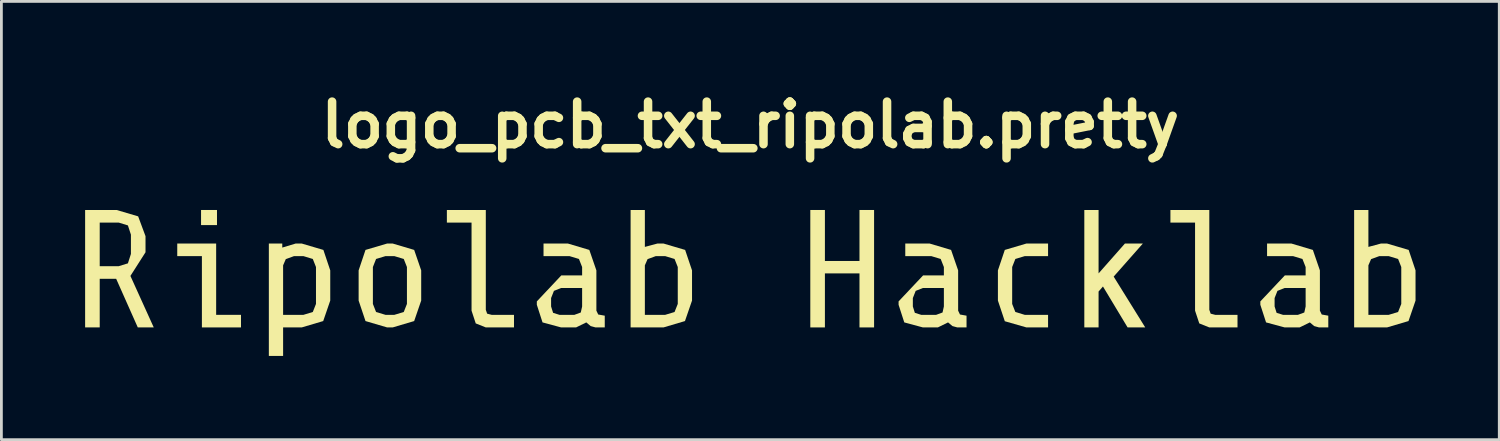
<source format=kicad_pcb>
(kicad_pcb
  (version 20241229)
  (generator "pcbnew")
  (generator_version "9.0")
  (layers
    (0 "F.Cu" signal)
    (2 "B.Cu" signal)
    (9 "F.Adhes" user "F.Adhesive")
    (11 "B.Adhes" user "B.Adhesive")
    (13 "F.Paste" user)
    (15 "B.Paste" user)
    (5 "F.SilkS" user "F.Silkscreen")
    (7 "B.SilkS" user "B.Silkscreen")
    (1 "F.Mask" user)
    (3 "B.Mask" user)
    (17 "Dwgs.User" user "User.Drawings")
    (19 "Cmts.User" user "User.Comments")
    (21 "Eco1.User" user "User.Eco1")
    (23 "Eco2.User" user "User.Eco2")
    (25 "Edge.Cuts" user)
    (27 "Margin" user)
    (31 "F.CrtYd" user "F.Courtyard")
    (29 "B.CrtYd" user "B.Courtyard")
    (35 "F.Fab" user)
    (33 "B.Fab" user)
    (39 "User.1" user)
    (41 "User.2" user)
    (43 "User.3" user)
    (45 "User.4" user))
  (footprint "logo_pcb_txt_ripolab.pretty"
    (layer "F.Cu")
    (at 23.835 7.089)
    (property "Reference" "logo_pcb_txt_ripolab.pretty" (at 0 -5.663 0) (layer "F.SilkS") (effects (font (size 1.524 1.524) (thickness 0.305))))
    (attr smd)
    (fp_poly (pts (xy -9.478 1.593) (xy -9.839 1.449) (xy -9.989 0.992) (xy -9.989 -2.164) (xy -10.873 -2.164) (xy -10.873 -2.615) (xy -9.478 -2.615) (xy -9.478 0.962) (xy -9.43 1.1) (xy -9.268 1.142) (xy -8.468 1.142) (xy -8.468 1.593) (xy -9.478 1.593)) (stroke (width 0) (type solid)) (fill yes) (layer "F.SilkS"))
    (fp_poly (pts (xy 2.672 -0.343) (xy 2.672 1.593) (xy 2.149 1.593) (xy 2.149 -2.615) (xy 2.672 -2.615) (xy 2.672 -0.788) (xy 3.911 -0.788) (xy 3.911 -2.615) (xy 4.434 -2.615) (xy 4.434 1.593) (xy 3.911 1.593) (xy 3.911 -0.343) (xy 2.672 -0.343)) (stroke (width 0) (type solid)) (fill yes) (layer "F.SilkS"))
    (fp_poly (pts (xy 12.478 0.307) (xy 12.478 1.593) (xy 11.967 1.593) (xy 11.967 -2.615) (xy 12.478 -2.615) (xy 12.478 -0.343) (xy 13.422 -1.413) (xy 14.065 -1.413) (xy 13.019 -0.228) (xy 14.15 1.593) (xy 13.518 1.593) (xy 12.635 0.126) (xy 12.478 0.307)) (stroke (width 0) (type solid)) (fill yes) (layer "F.SilkS"))
    (fp_poly (pts (xy 16.446 1.593) (xy 16.086 1.449) (xy 15.935 0.992) (xy 15.935 -2.164) (xy 15.052 -2.164) (xy 15.052 -2.615) (xy 16.446 -2.615) (xy 16.446 0.962) (xy 16.494 1.1) (xy 16.657 1.142) (xy 17.456 1.142) (xy 17.456 1.593) (xy 16.446 1.593)) (stroke (width 0) (type solid)) (fill yes) (layer "F.SilkS"))
    (fp_poly (pts (xy -19.11 -2.615) (xy -18.25 1.142) (xy -18.25 1.593) (xy -19.651 1.593) (xy -19.651 -0.962) (xy -20.534 -0.962) (xy -20.534 -1.413) (xy -19.14 -1.413) (xy -19.14 1.142) (xy -18.25 1.142) (xy -19.11 -2.615) (xy -19.11 -2.074) (xy -19.681 -2.074) (xy -19.681 -2.615) (xy -19.11 -2.615)) (stroke (width 0) (type solid)) (fill yes) (layer "F.SilkS"))
    (fp_poly (pts (xy 9.893 1.593) (xy 9.118 1.371) (xy 8.871 0.631) (xy 8.871 -0.451) (xy 9.118 -1.184) (xy 9.893 -1.413) (xy 10.668 -1.413) (xy 10.668 -0.962) (xy 9.833 -0.962) (xy 9.496 -0.86) (xy 9.382 -0.571) (xy 9.382 0.751) (xy 9.496 1.04) (xy 9.833 1.142) (xy 10.668 1.142) (xy 10.668 1.593) (xy 9.893 1.593)) (stroke (width 0) (type solid)) (fill yes) (layer "F.SilkS"))
    (fp_poly (pts (xy -23.312 -0.15) (xy -23.312 -0.601) (xy -22.633 -0.601) (xy -22.302 -0.703) (xy -22.194 -1.04) (xy -22.194 -1.731) (xy -22.302 -2.062) (xy -22.633 -2.164) (xy -23.312 -2.164) (xy -23.312 -0.601) (xy -23.312 -0.15) (xy -23.312 1.593) (xy -23.835 1.593) (xy -23.835 -2.615) (xy -22.705 -2.615) (xy -21.935 -2.387) (xy -21.671 -1.677) (xy -21.671 -1.1) (xy -22.212 -0.252) (xy -21.376 1.593) (xy -21.948 1.593) (xy -22.723 -0.15) (xy -23.312 -0.15)) (stroke (width 0) (type solid)) (fill yes) (layer "F.SilkS"))
    (fp_poly (pts (xy -2.089 0.631) (xy -2.715 1.04) (xy -2.6 0.751) (xy -2.6 -0.571) (xy -2.715 -0.86) (xy -3.051 -0.962) (xy -3.388 -0.962) (xy -3.682 -0.854) (xy -3.779 -0.631) (xy -3.779 1.142) (xy -3.051 1.142) (xy -2.715 1.04) (xy -2.089 0.631) (xy -2.342 1.365) (xy -3.111 1.593) (xy -4.29 1.593) (xy -4.29 -2.615) (xy -3.779 -2.615) (xy -3.779 -1.292) (xy -3.328 -1.413) (xy -3.111 -1.413) (xy -2.336 -1.184) (xy -2.089 -0.451) (xy -2.089 0.631)) (stroke (width 0) (type solid)) (fill yes) (layer "F.SilkS"))
    (fp_poly (pts (xy 23.835 0.631) (xy 23.21 1.04) (xy 23.324 0.751) (xy 23.324 -0.571) (xy 23.21 -0.86) (xy 22.873 -0.962) (xy 22.537 -0.962) (xy 22.242 -0.854) (xy 22.146 -0.631) (xy 22.146 1.142) (xy 22.873 1.142) (xy 23.21 1.04) (xy 23.835 0.631) (xy 23.583 1.365) (xy 22.813 1.593) (xy 21.635 1.593) (xy 21.635 -2.615) (xy 22.146 -2.615) (xy 22.146 -1.292) (xy 22.597 -1.413) (xy 22.813 -1.413) (xy 23.589 -1.184) (xy 23.835 -0.451) (xy 23.835 0.631)) (stroke (width 0) (type solid)) (fill yes) (layer "F.SilkS"))
    (fp_poly (pts (xy -16.771 -1.413) (xy -16.771 -1.268) (xy -16.35 -0.962) (xy -16.645 -0.854) (xy -16.741 -0.631) (xy -16.741 1.142) (xy -16.013 1.142) (xy -15.677 1.04) (xy -15.563 0.751) (xy -15.563 -0.571) (xy -15.677 -0.86) (xy -16.013 -0.962) (xy -16.35 -0.962) (xy -16.771 -1.268) (xy -16.29 -1.413) (xy -16.074 -1.413) (xy -15.298 -1.184) (xy -15.052 -0.451) (xy -15.052 0.631) (xy -15.304 1.365) (xy -16.074 1.593) (xy -16.741 1.593) (xy -16.741 2.615) (xy -17.252 2.615) (xy -17.252 -1.413) (xy -16.771 -1.413)) (stroke (width 0) (type solid)) (fill yes) (layer "F.SilkS"))
    (fp_poly (pts (xy -11.793 0.631) (xy -12.304 -0.571) (xy -12.418 -0.86) (xy -12.755 -0.962) (xy -13.073 -0.962) (xy -13.41 -0.86) (xy -13.524 -0.571) (xy -13.524 0.751) (xy -13.41 1.04) (xy -13.073 1.142) (xy -12.755 1.142) (xy -12.418 1.04) (xy -12.304 0.751) (xy -12.304 -0.571) (xy -11.793 0.631) (xy -12.045 1.365) (xy -12.815 1.593) (xy -13.013 1.593) (xy -13.789 1.365) (xy -14.035 0.631) (xy -14.035 -0.451) (xy -13.789 -1.184) (xy -13.013 -1.413) (xy -12.815 -1.413) (xy -12.045 -1.184) (xy -11.793 -0.451) (xy -11.793 0.631)) (stroke (width 0) (type solid)) (fill yes) (layer "F.SilkS"))
    (fp_poly (pts (xy -5.546 1.593) (xy -6.304 1.142) (xy -6.075 1.058) (xy -6.027 0.842) (xy -6.027 0.18) (xy -6.779 0.18) (xy -7.037 0.283) (xy -7.139 0.541) (xy -7.139 0.842) (xy -7.067 1.07) (xy -6.839 1.142) (xy -6.304 1.142) (xy -5.546 1.593) (xy -5.721 1.545) (xy -5.877 1.413) (xy -6.244 1.593) (xy -6.779 1.593) (xy -7.446 1.413) (xy -7.65 0.781) (xy -7.65 0.661) (xy -6.773 -0.271) (xy -6.027 -0.271) (xy -6.027 -0.571) (xy -6.141 -0.86) (xy -6.478 -0.962) (xy -7.41 -0.962) (xy -7.41 -1.413) (xy -6.538 -1.413) (xy -5.769 -1.184) (xy -5.516 -0.451) (xy -5.516 0.992) (xy -5.45 1.13) (xy -5.216 1.172) (xy -5.216 1.593) (xy -5.546 1.593)) (stroke (width 0) (type solid)) (fill yes) (layer "F.SilkS"))
    (fp_poly (pts (xy 7.416 1.593) (xy 6.658 1.142) (xy 6.887 1.058) (xy 6.935 0.842) (xy 6.935 0.18) (xy 6.184 0.18) (xy 5.925 0.283) (xy 5.823 0.541) (xy 5.823 0.842) (xy 5.895 1.07) (xy 6.123 1.142) (xy 6.658 1.142) (xy 7.416 1.593) (xy 7.242 1.545) (xy 7.085 1.413) (xy 6.719 1.593) (xy 6.184 1.593) (xy 5.516 1.413) (xy 5.312 0.781) (xy 5.312 0.661) (xy 6.19 -0.271) (xy 6.935 -0.271) (xy 6.935 -0.571) (xy 6.821 -0.86) (xy 6.484 -0.962) (xy 5.552 -0.962) (xy 5.552 -1.413) (xy 6.424 -1.413) (xy 7.193 -1.184) (xy 7.446 -0.451) (xy 7.446 0.992) (xy 7.512 1.13) (xy 7.747 1.172) (xy 7.747 1.593) (xy 7.416 1.593)) (stroke (width 0) (type solid)) (fill yes) (layer "F.SilkS"))
    (fp_poly (pts (xy 20.378 1.593) (xy 19.621 1.142) (xy 19.849 1.058) (xy 19.897 0.842) (xy 19.897 0.18) (xy 19.146 0.18) (xy 18.887 0.283) (xy 18.785 0.541) (xy 18.785 0.842) (xy 18.857 1.07) (xy 19.086 1.142) (xy 19.621 1.142) (xy 20.378 1.593) (xy 20.204 1.545) (xy 20.048 1.413) (xy 19.681 1.593) (xy 19.146 1.593) (xy 18.479 1.413) (xy 18.274 0.781) (xy 18.274 0.661) (xy 19.152 -0.271) (xy 19.897 -0.271) (xy 19.897 -0.571) (xy 19.783 -0.86) (xy 19.446 -0.962) (xy 18.515 -0.962) (xy 18.515 -1.413) (xy 19.386 -1.413) (xy 20.156 -1.184) (xy 20.408 -0.451) (xy 20.408 0.992) (xy 20.474 1.13) (xy 20.709 1.172) (xy 20.709 1.593) (xy 20.378 1.593)) (stroke (width 0) (type solid)) (fill yes) (layer "F.SilkS")))
  (gr_rect
    (start -3 -3)
    (end 50.67 12.704)
    (stroke (width 0.1) (type default))
    (fill no)
    (layer "Edge.Cuts")))
</source>
